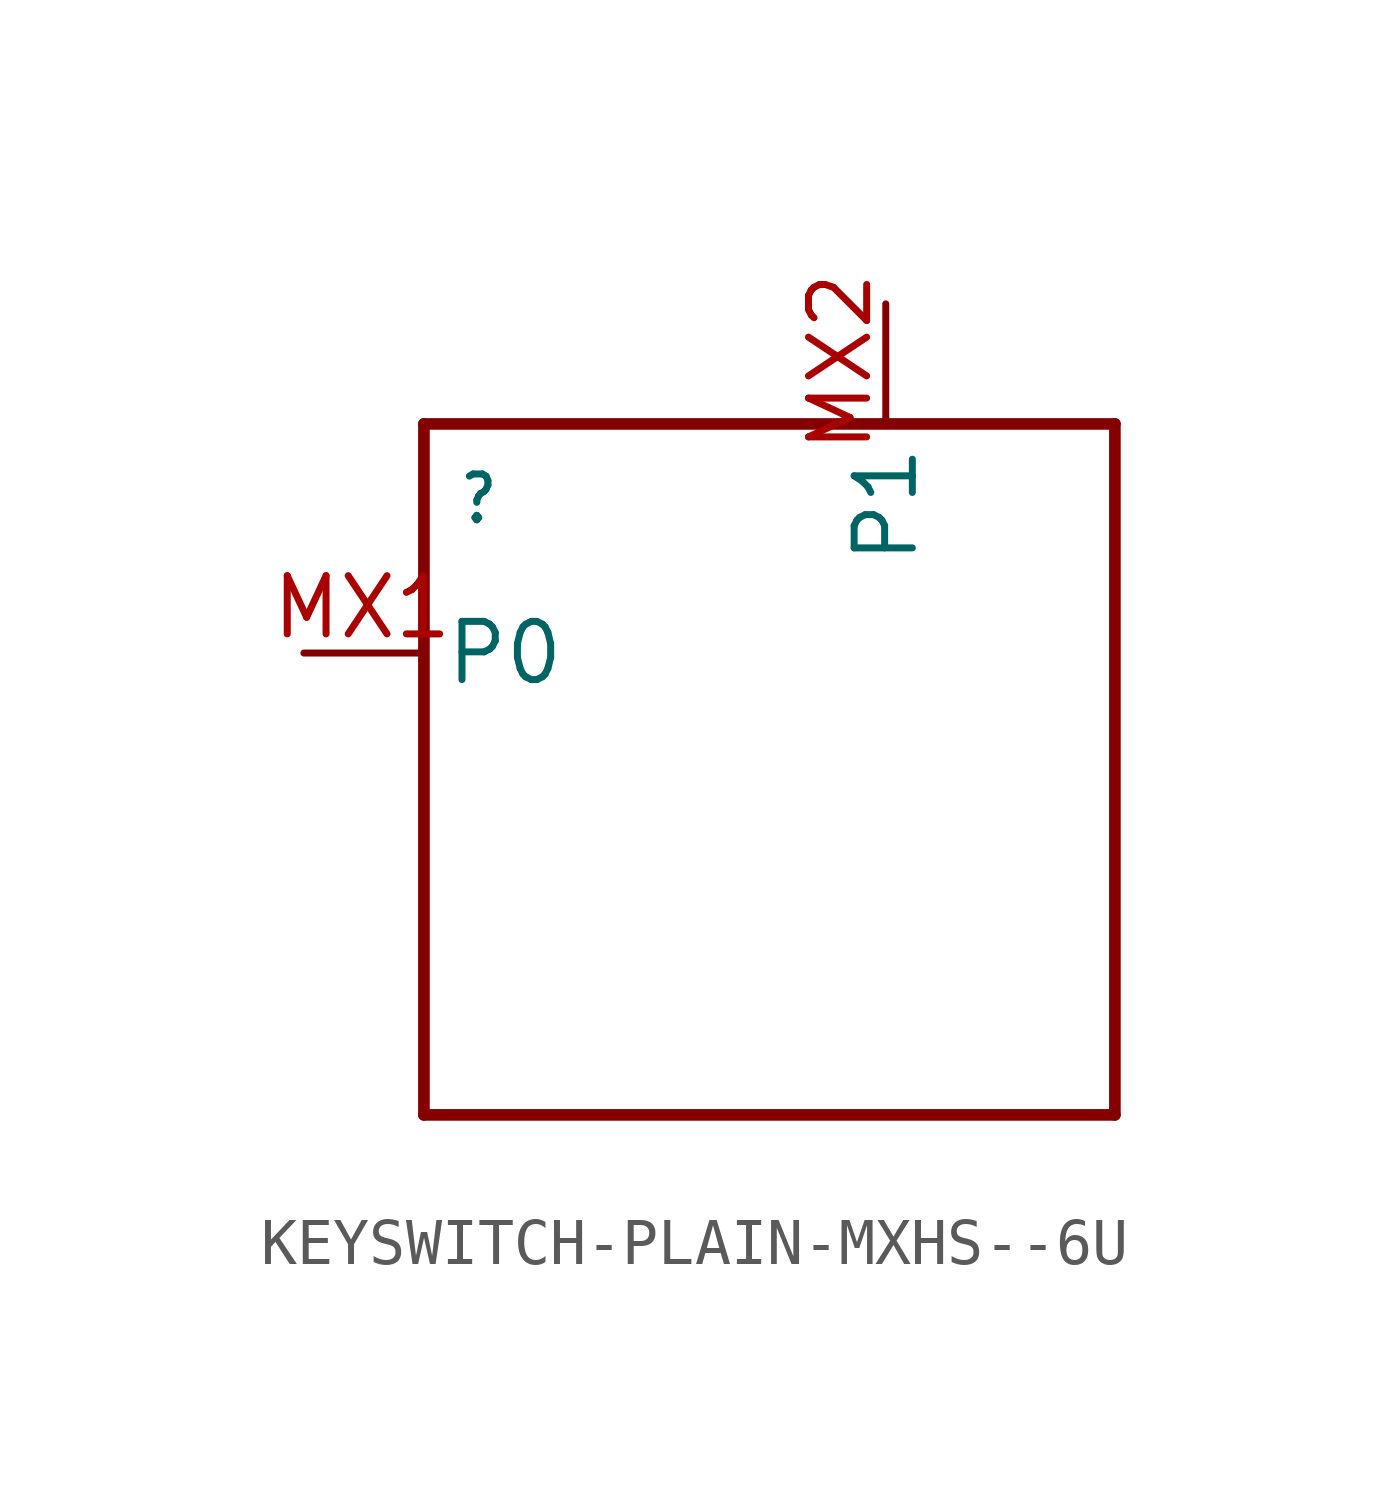
<source format=kicad_sym>
(kicad_symbol_lib
  (version 20211014)
  (generator kicad_symbol_editor)
  (symbol "KEYSWITCH-PLAIN-MXHS--6U"
    (property "Reference" ""
      (at -6.81 5.318 0)
      (effects (font (size 1 0.85)) (justify left bottom)))
    (property "ki_locked" ""
      (at 0 0 0)
      (effects (font (size 1.27 1.27))))
    (symbol "KEYSWITCH-PLAIN-MXHS--6U_1_0"
      (polyline (pts (xy -7.54 -7.54) (xy -7.54 7.54)) (stroke (width 0.254) (type default) (color 0 0 0 0)) (fill (type none)))
      (polyline (pts (xy -7.54 7.54) (xy 7.54 7.54)) (stroke (width 0.254) (type default) (color 0 0 0 0)) (fill (type none)))
      (polyline (pts (xy 7.54 -7.54) (xy -7.54 -7.54)) (stroke (width 0.254) (type default) (color 0 0 0 0)) (fill (type none)))
      (polyline (pts (xy 7.54 7.54) (xy 7.54 -7.54)) (stroke (width 0.254) (type default) (color 0 0 0 0)) (fill (type none)))
      (pin bidirectional line (at -10.16 2.54 0) (length 2.54) (name "P0" (effects (font (size 1.27 1.27)))) (number "MX1" (effects (font (size 1.27 1.27)))))
      (pin bidirectional line (at 2.54 10.16 270) (length 2.54) (name "P1" (effects (font (size 1.27 1.27)))) (number "MX2" (effects (font (size 1.27 1.27))))))))
</source>
